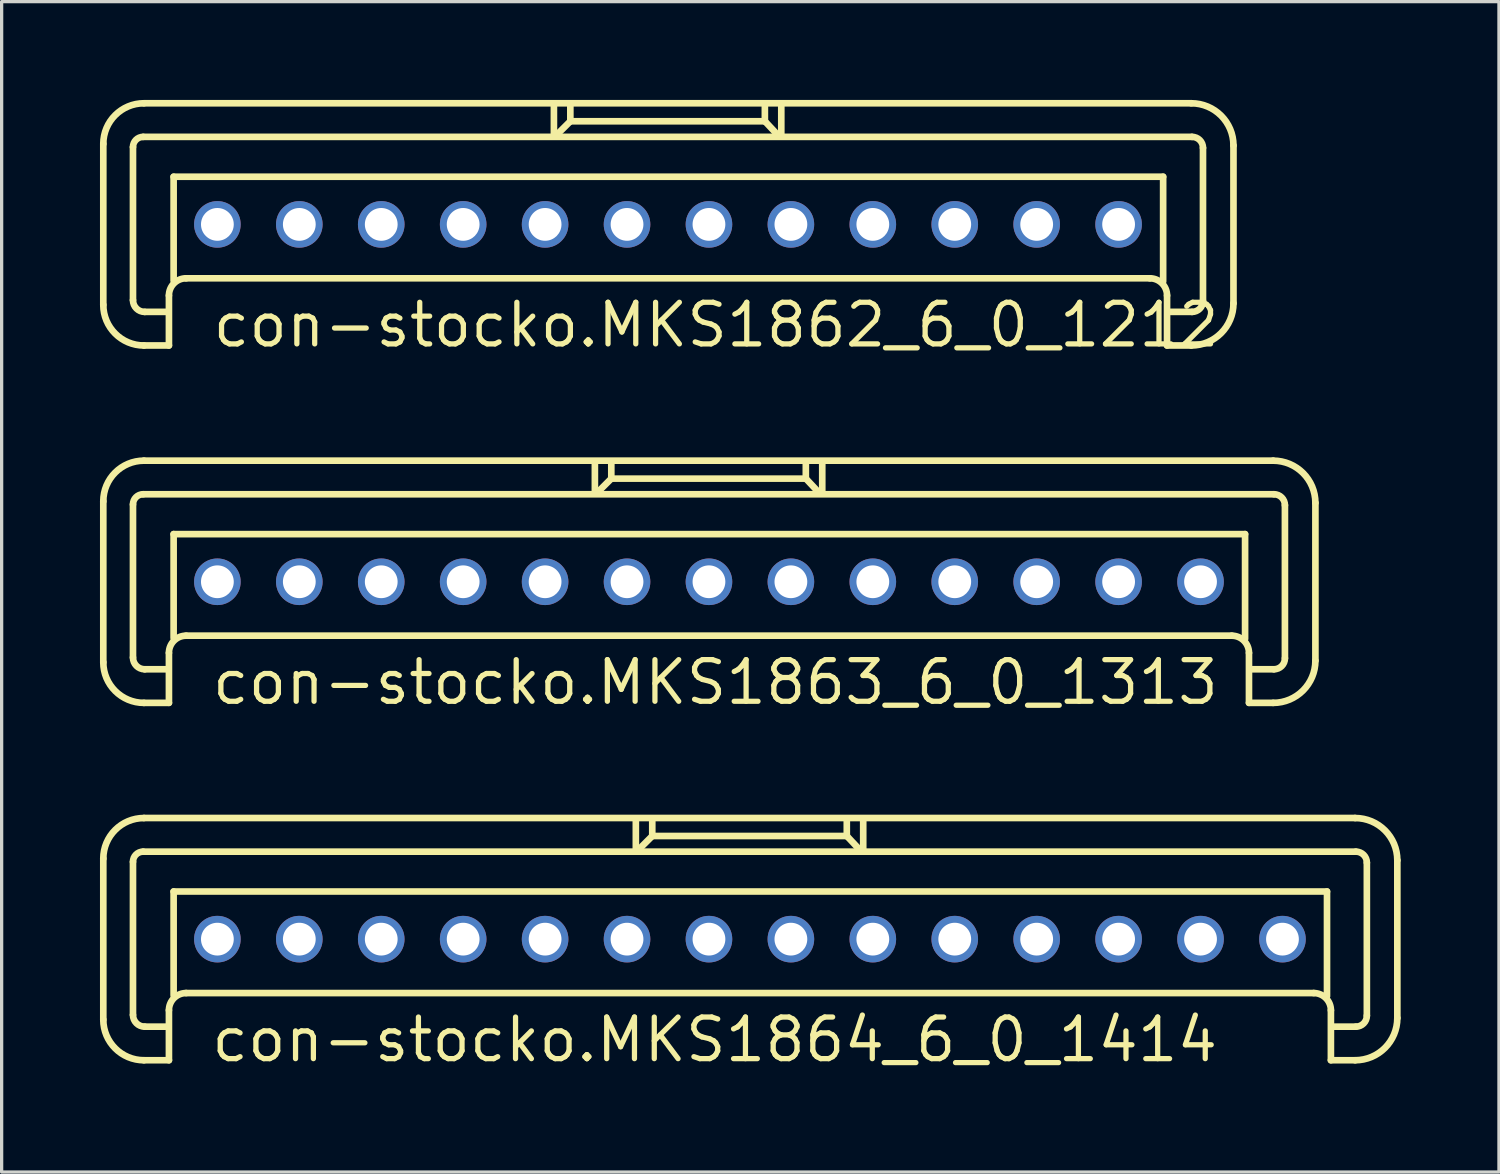
<source format=kicad_pcb>
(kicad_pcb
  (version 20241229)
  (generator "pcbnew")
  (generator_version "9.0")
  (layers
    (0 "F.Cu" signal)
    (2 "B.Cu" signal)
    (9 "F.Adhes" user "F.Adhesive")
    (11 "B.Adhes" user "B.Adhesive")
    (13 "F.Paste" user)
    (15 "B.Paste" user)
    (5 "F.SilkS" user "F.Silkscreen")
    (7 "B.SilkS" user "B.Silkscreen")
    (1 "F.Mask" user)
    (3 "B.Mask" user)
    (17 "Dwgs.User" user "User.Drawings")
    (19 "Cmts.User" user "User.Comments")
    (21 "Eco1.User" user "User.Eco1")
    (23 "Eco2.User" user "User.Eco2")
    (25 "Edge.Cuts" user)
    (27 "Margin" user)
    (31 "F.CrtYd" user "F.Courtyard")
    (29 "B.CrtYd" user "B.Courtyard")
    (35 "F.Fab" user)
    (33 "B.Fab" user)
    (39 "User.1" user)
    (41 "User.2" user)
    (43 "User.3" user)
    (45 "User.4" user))
  (footprint "con-stocko.MKS1862_6_0_1212"
    (layer "F.Cu")
    (at 17.333 3.797)
    (property "Reference" "con-stocko.MKS1862_6_0_1212" (at -13.97 3.81 0) (layer "F.SilkS") (effects (font (size 1.27 1.27) (thickness 0.16)) (justify left bottom)))
    (attr through_hole)
    (fp_line (start -17.231 2.456) (end -17.231 -2.456) (stroke (width 0.203) (type default)) (layer "F.SilkS"))
    (fp_line (start -16.325 2.313) (end -16.325 -2.361) (stroke (width 0.203) (type default)) (layer "F.SilkS"))
    (fp_line (start -16.015 -2.67) (end 15.991 -2.67) (stroke (width 0.203) (type default)) (layer "F.SilkS"))
    (fp_line (start -15.991 -3.696) (end 15.967 -3.696) (stroke (width 0.203) (type default)) (layer "F.SilkS"))
    (fp_line (start -15.252 2.67) (end -15.967 2.67) (stroke (width 0.203) (type default)) (layer "F.SilkS"))
    (fp_line (start -15.228 2.17) (end -15.228 3.695) (stroke (width 0.203) (type default)) (layer "F.SilkS"))
    (fp_line (start -15.228 3.695) (end -15.991 3.695) (stroke (width 0.203) (type default)) (layer "F.SilkS"))
    (fp_line (start -15.085 -1.454) (end 15.109 -1.454) (stroke (width 0.203) (type default)) (layer "F.SilkS"))
    (fp_line (start -15.085 1.716) (end -15.085 -1.454) (stroke (width 0.203) (type default)) (layer "F.SilkS"))
    (fp_line (start -3.481 -3.648) (end -3.481 -2.742) (stroke (width 0.203) (type default)) (layer "F.SilkS"))
    (fp_line (start -3.004 -3.123) (end -3.386 -2.742) (stroke (width 0.203) (type default)) (layer "F.SilkS"))
    (fp_line (start -2.98 -3.147) (end -2.98 -3.624) (stroke (width 0.203) (type default)) (layer "F.SilkS"))
    (fp_line (start 2.956 -3.672) (end 2.956 -3.147) (stroke (width 0.203) (type default)) (layer "F.SilkS"))
    (fp_line (start 2.956 -3.147) (end -2.98 -3.147) (stroke (width 0.203) (type default)) (layer "F.SilkS"))
    (fp_line (start 2.98 -3.123) (end 3.314 -2.766) (stroke (width 0.203) (type default)) (layer "F.SilkS"))
    (fp_line (start 3.457 -3.624) (end 3.457 -2.742) (stroke (width 0.203) (type default)) (layer "F.SilkS"))
    (fp_line (start 14.704 1.645) (end -14.704 1.645) (stroke (width 0.203) (type default)) (layer "F.SilkS"))
    (fp_line (start 15.109 -1.454) (end 15.109 1.74) (stroke (width 0.203) (type default)) (layer "F.SilkS"))
    (fp_line (start 15.228 3.695) (end 15.228 2.17) (stroke (width 0.203) (type default)) (layer "F.SilkS"))
    (fp_line (start 15.967 3.695) (end 15.228 3.695) (stroke (width 0.203) (type default)) (layer "F.SilkS"))
    (fp_line (start 15.991 2.67) (end 15.323 2.67) (stroke (width 0.203) (type default)) (layer "F.SilkS"))
    (fp_line (start 16.325 -2.337) (end 16.325 2.336) (stroke (width 0.203) (type default)) (layer "F.SilkS"))
    (fp_line (start 17.255 -2.408) (end 17.255 2.408) (stroke (width 0.203) (type default)) (layer "F.SilkS"))
    (fp_arc (start -17.231 -2.4558) (mid -16.867871 -3.332471) (end -15.9912 -3.6956) (stroke (width 0.2032) (type default)) (layer "F.SilkS"))
    (fp_arc (start -16.325 -2.3605) (mid -16.234232 -2.579632) (end -16.0151 -2.6704) (stroke (width 0.2032) (type default)) (layer "F.SilkS"))
    (fp_arc (start -15.9912 3.6954) (mid -16.867871 3.332271) (end -17.231 2.4556) (stroke (width 0.2032) (type default)) (layer "F.SilkS"))
    (fp_arc (start -15.9674 2.6702) (mid -16.220261 2.565461) (end -16.325 2.3126) (stroke (width 0.2032) (type default)) (layer "F.SilkS"))
    (fp_arc (start -15.2283 2.1695) (mid -15.074678 1.798622) (end -14.7038 1.645) (stroke (width 0.2032) (type default)) (layer "F.SilkS"))
    (fp_arc (start 14.7036 1.645) (mid 15.074478 1.798622) (end 15.2281 2.1695) (stroke (width 0.2032) (type default)) (layer "F.SilkS"))
    (fp_arc (start 15.9672 -3.6956) (mid 16.8776 -3.3185) (end 17.2547 -2.4081) (stroke (width 0.2032) (type default)) (layer "F.SilkS"))
    (fp_arc (start 15.9911 -2.6704) (mid 16.227132 -2.572632) (end 16.3249 -2.3366) (stroke (width 0.2032) (type default)) (layer "F.SilkS"))
    (fp_arc (start 16.3249 2.3364) (mid 16.227132 2.572432) (end 15.9911 2.6702) (stroke (width 0.2032) (type default)) (layer "F.SilkS"))
    (fp_arc (start 17.2547 2.4079) (mid 16.8776 3.3183) (end 15.9672 3.6954) (stroke (width 0.2032) (type default)) (layer "F.SilkS"))
    (pad "1" thru_hole circle (at -13.75 0) (size 1.422 1.422) (drill 1) (layers "*.Cu" "*.Mask"))
    (pad "2" thru_hole circle (at -11.25 0) (size 1.422 1.422) (drill 1) (layers "*.Cu" "*.Mask"))
    (pad "3" thru_hole circle (at -8.75 0) (size 1.422 1.422) (drill 1) (layers "*.Cu" "*.Mask"))
    (pad "4" thru_hole circle (at -6.25 0) (size 1.422 1.422) (drill 1) (layers "*.Cu" "*.Mask"))
    (pad "5" thru_hole circle (at -3.75 0) (size 1.422 1.422) (drill 1) (layers "*.Cu" "*.Mask"))
    (pad "6" thru_hole circle (at -1.25 0) (size 1.422 1.422) (drill 1) (layers "*.Cu" "*.Mask"))
    (pad "7" thru_hole circle (at 1.25 0) (size 1.422 1.422) (drill 1) (layers "*.Cu" "*.Mask"))
    (pad "8" thru_hole circle (at 3.75 0) (size 1.422 1.422) (drill 1) (layers "*.Cu" "*.Mask"))
    (pad "9" thru_hole circle (at 6.25 0) (size 1.422 1.422) (drill 1) (layers "*.Cu" "*.Mask"))
    (pad "10" thru_hole circle (at 8.75 0) (size 1.422 1.422) (drill 1) (layers "*.Cu" "*.Mask"))
    (pad "11" thru_hole circle (at 11.25 0) (size 1.422 1.422) (drill 1) (layers "*.Cu" "*.Mask"))
    (pad "12" thru_hole circle (at 13.75 0) (size 1.422 1.422) (drill 1) (layers "*.Cu" "*.Mask")))
  (footprint "con-stocko.MKS1864_6_0_1414"
    (layer "F.Cu")
    (at 19.833 25.607)
    (property "Reference" "con-stocko.MKS1864_6_0_1414" (at -16.51 3.81 0) (layer "F.SilkS") (effects (font (size 1.27 1.27) (thickness 0.16)) (justify left bottom)))
    (attr through_hole)
    (fp_line (start -19.731 2.456) (end -19.731 -2.456) (stroke (width 0.203) (type default)) (layer "F.SilkS"))
    (fp_line (start -18.825 2.313) (end -18.825 -2.361) (stroke (width 0.203) (type default)) (layer "F.SilkS"))
    (fp_line (start -18.515 -2.67) (end 18.491 -2.67) (stroke (width 0.203) (type default)) (layer "F.SilkS"))
    (fp_line (start -18.491 -3.696) (end 18.467 -3.696) (stroke (width 0.203) (type default)) (layer "F.SilkS"))
    (fp_line (start -17.752 2.67) (end -18.467 2.67) (stroke (width 0.203) (type default)) (layer "F.SilkS"))
    (fp_line (start -17.728 2.17) (end -17.728 3.695) (stroke (width 0.203) (type default)) (layer "F.SilkS"))
    (fp_line (start -17.728 3.695) (end -18.491 3.695) (stroke (width 0.203) (type default)) (layer "F.SilkS"))
    (fp_line (start -17.585 -1.454) (end 17.609 -1.454) (stroke (width 0.203) (type default)) (layer "F.SilkS"))
    (fp_line (start -17.585 1.716) (end -17.585 -1.454) (stroke (width 0.203) (type default)) (layer "F.SilkS"))
    (fp_line (start -3.481 -3.648) (end -3.481 -2.742) (stroke (width 0.203) (type default)) (layer "F.SilkS"))
    (fp_line (start -3.004 -3.123) (end -3.386 -2.742) (stroke (width 0.203) (type default)) (layer "F.SilkS"))
    (fp_line (start -2.98 -3.147) (end -2.98 -3.624) (stroke (width 0.203) (type default)) (layer "F.SilkS"))
    (fp_line (start 2.956 -3.672) (end 2.956 -3.147) (stroke (width 0.203) (type default)) (layer "F.SilkS"))
    (fp_line (start 2.956 -3.147) (end -2.98 -3.147) (stroke (width 0.203) (type default)) (layer "F.SilkS"))
    (fp_line (start 2.98 -3.123) (end 3.314 -2.766) (stroke (width 0.203) (type default)) (layer "F.SilkS"))
    (fp_line (start 3.457 -3.624) (end 3.457 -2.742) (stroke (width 0.203) (type default)) (layer "F.SilkS"))
    (fp_line (start 17.204 1.645) (end -17.204 1.645) (stroke (width 0.203) (type default)) (layer "F.SilkS"))
    (fp_line (start 17.609 -1.454) (end 17.609 1.74) (stroke (width 0.203) (type default)) (layer "F.SilkS"))
    (fp_line (start 17.728 3.695) (end 17.728 2.17) (stroke (width 0.203) (type default)) (layer "F.SilkS"))
    (fp_line (start 18.467 3.695) (end 17.728 3.695) (stroke (width 0.203) (type default)) (layer "F.SilkS"))
    (fp_line (start 18.491 2.67) (end 17.823 2.67) (stroke (width 0.203) (type default)) (layer "F.SilkS"))
    (fp_line (start 18.825 -2.337) (end 18.825 2.336) (stroke (width 0.203) (type default)) (layer "F.SilkS"))
    (fp_line (start 19.755 -2.408) (end 19.755 2.408) (stroke (width 0.203) (type default)) (layer "F.SilkS"))
    (fp_arc (start -19.731 -2.4558) (mid -19.367871 -3.332471) (end -18.4912 -3.6956) (stroke (width 0.2032) (type default)) (layer "F.SilkS"))
    (fp_arc (start -18.825 -2.3605) (mid -18.734232 -2.579632) (end -18.5151 -2.6704) (stroke (width 0.2032) (type default)) (layer "F.SilkS"))
    (fp_arc (start -18.4912 3.6954) (mid -19.367871 3.332271) (end -19.731 2.4556) (stroke (width 0.2032) (type default)) (layer "F.SilkS"))
    (fp_arc (start -18.4674 2.6702) (mid -18.720261 2.565461) (end -18.825 2.3126) (stroke (width 0.2032) (type default)) (layer "F.SilkS"))
    (fp_arc (start -17.7283 2.1695) (mid -17.574678 1.798622) (end -17.2038 1.645) (stroke (width 0.2032) (type default)) (layer "F.SilkS"))
    (fp_arc (start 17.2036 1.645) (mid 17.574478 1.798622) (end 17.7281 2.1695) (stroke (width 0.2032) (type default)) (layer "F.SilkS"))
    (fp_arc (start 18.4672 -3.6956) (mid 19.3776 -3.3185) (end 19.7547 -2.4081) (stroke (width 0.2032) (type default)) (layer "F.SilkS"))
    (fp_arc (start 18.4911 -2.6704) (mid 18.727132 -2.572632) (end 18.8249 -2.3366) (stroke (width 0.2032) (type default)) (layer "F.SilkS"))
    (fp_arc (start 18.8249 2.3364) (mid 18.727132 2.572432) (end 18.4911 2.6702) (stroke (width 0.2032) (type default)) (layer "F.SilkS"))
    (fp_arc (start 19.7547 2.4079) (mid 19.3776 3.3183) (end 18.4672 3.6954) (stroke (width 0.2032) (type default)) (layer "F.SilkS"))
    (pad "1" thru_hole circle (at -16.25 0) (size 1.422 1.422) (drill 1) (layers "*.Cu" "*.Mask"))
    (pad "2" thru_hole circle (at -13.75 0) (size 1.422 1.422) (drill 1) (layers "*.Cu" "*.Mask"))
    (pad "3" thru_hole circle (at -11.25 0) (size 1.422 1.422) (drill 1) (layers "*.Cu" "*.Mask"))
    (pad "4" thru_hole circle (at -8.75 0) (size 1.422 1.422) (drill 1) (layers "*.Cu" "*.Mask"))
    (pad "5" thru_hole circle (at -6.25 0) (size 1.422 1.422) (drill 1) (layers "*.Cu" "*.Mask"))
    (pad "6" thru_hole circle (at -3.75 0) (size 1.422 1.422) (drill 1) (layers "*.Cu" "*.Mask"))
    (pad "7" thru_hole circle (at -1.25 0) (size 1.422 1.422) (drill 1) (layers "*.Cu" "*.Mask"))
    (pad "8" thru_hole circle (at 1.25 0) (size 1.422 1.422) (drill 1) (layers "*.Cu" "*.Mask"))
    (pad "9" thru_hole circle (at 3.75 0) (size 1.422 1.422) (drill 1) (layers "*.Cu" "*.Mask"))
    (pad "10" thru_hole circle (at 6.25 0) (size 1.422 1.422) (drill 1) (layers "*.Cu" "*.Mask"))
    (pad "11" thru_hole circle (at 8.75 0) (size 1.422 1.422) (drill 1) (layers "*.Cu" "*.Mask"))
    (pad "12" thru_hole circle (at 11.25 0) (size 1.422 1.422) (drill 1) (layers "*.Cu" "*.Mask"))
    (pad "13" thru_hole circle (at 13.75 0) (size 1.422 1.422) (drill 1) (layers "*.Cu" "*.Mask"))
    (pad "14" thru_hole circle (at 16.25 0) (size 1.422 1.422) (drill 1) (layers "*.Cu" "*.Mask")))
  (footprint "con-stocko.MKS1863_6_0_1313"
    (layer "F.Cu")
    (at 18.583 14.702)
    (property "Reference" "con-stocko.MKS1863_6_0_1313" (at -15.24 3.81 0) (layer "F.SilkS") (effects (font (size 1.27 1.27) (thickness 0.16)) (justify left bottom)))
    (attr through_hole)
    (fp_line (start -18.481 2.456) (end -18.481 -2.456) (stroke (width 0.203) (type default)) (layer "F.SilkS"))
    (fp_line (start -17.575 2.313) (end -17.575 -2.361) (stroke (width 0.203) (type default)) (layer "F.SilkS"))
    (fp_line (start -17.265 -2.67) (end 17.241 -2.67) (stroke (width 0.203) (type default)) (layer "F.SilkS"))
    (fp_line (start -17.241 -3.696) (end 17.217 -3.696) (stroke (width 0.203) (type default)) (layer "F.SilkS"))
    (fp_line (start -16.502 2.67) (end -17.217 2.67) (stroke (width 0.203) (type default)) (layer "F.SilkS"))
    (fp_line (start -16.478 2.17) (end -16.478 3.695) (stroke (width 0.203) (type default)) (layer "F.SilkS"))
    (fp_line (start -16.478 3.695) (end -17.241 3.695) (stroke (width 0.203) (type default)) (layer "F.SilkS"))
    (fp_line (start -16.335 -1.454) (end 16.359 -1.454) (stroke (width 0.203) (type default)) (layer "F.SilkS"))
    (fp_line (start -16.335 1.716) (end -16.335 -1.454) (stroke (width 0.203) (type default)) (layer "F.SilkS"))
    (fp_line (start -3.481 -3.648) (end -3.481 -2.742) (stroke (width 0.203) (type default)) (layer "F.SilkS"))
    (fp_line (start -3.004 -3.123) (end -3.386 -2.742) (stroke (width 0.203) (type default)) (layer "F.SilkS"))
    (fp_line (start -2.98 -3.147) (end -2.98 -3.624) (stroke (width 0.203) (type default)) (layer "F.SilkS"))
    (fp_line (start 2.956 -3.672) (end 2.956 -3.147) (stroke (width 0.203) (type default)) (layer "F.SilkS"))
    (fp_line (start 2.956 -3.147) (end -2.98 -3.147) (stroke (width 0.203) (type default)) (layer "F.SilkS"))
    (fp_line (start 2.98 -3.123) (end 3.314 -2.766) (stroke (width 0.203) (type default)) (layer "F.SilkS"))
    (fp_line (start 3.457 -3.624) (end 3.457 -2.742) (stroke (width 0.203) (type default)) (layer "F.SilkS"))
    (fp_line (start 15.954 1.645) (end -15.954 1.645) (stroke (width 0.203) (type default)) (layer "F.SilkS"))
    (fp_line (start 16.359 -1.454) (end 16.359 1.74) (stroke (width 0.203) (type default)) (layer "F.SilkS"))
    (fp_line (start 16.478 3.695) (end 16.478 2.17) (stroke (width 0.203) (type default)) (layer "F.SilkS"))
    (fp_line (start 17.217 3.695) (end 16.478 3.695) (stroke (width 0.203) (type default)) (layer "F.SilkS"))
    (fp_line (start 17.241 2.67) (end 16.573 2.67) (stroke (width 0.203) (type default)) (layer "F.SilkS"))
    (fp_line (start 17.575 -2.337) (end 17.575 2.336) (stroke (width 0.203) (type default)) (layer "F.SilkS"))
    (fp_line (start 18.505 -2.408) (end 18.505 2.408) (stroke (width 0.203) (type default)) (layer "F.SilkS"))
    (fp_arc (start -18.481 -2.4558) (mid -18.117871 -3.332471) (end -17.2412 -3.6956) (stroke (width 0.2032) (type default)) (layer "F.SilkS"))
    (fp_arc (start -17.575 -2.3605) (mid -17.484232 -2.579632) (end -17.2651 -2.6704) (stroke (width 0.2032) (type default)) (layer "F.SilkS"))
    (fp_arc (start -17.2412 3.6954) (mid -18.117871 3.332271) (end -18.481 2.4556) (stroke (width 0.2032) (type default)) (layer "F.SilkS"))
    (fp_arc (start -17.2174 2.6702) (mid -17.470261 2.565461) (end -17.575 2.3126) (stroke (width 0.2032) (type default)) (layer "F.SilkS"))
    (fp_arc (start -16.4783 2.1695) (mid -16.324678 1.798622) (end -15.9538 1.645) (stroke (width 0.2032) (type default)) (layer "F.SilkS"))
    (fp_arc (start 15.9536 1.645) (mid 16.324478 1.798622) (end 16.4781 2.1695) (stroke (width 0.2032) (type default)) (layer "F.SilkS"))
    (fp_arc (start 17.2172 -3.6956) (mid 18.1276 -3.3185) (end 18.5047 -2.4081) (stroke (width 0.2032) (type default)) (layer "F.SilkS"))
    (fp_arc (start 17.2411 -2.6704) (mid 17.477132 -2.572632) (end 17.5749 -2.3366) (stroke (width 0.2032) (type default)) (layer "F.SilkS"))
    (fp_arc (start 17.5749 2.3364) (mid 17.477132 2.572432) (end 17.2411 2.6702) (stroke (width 0.2032) (type default)) (layer "F.SilkS"))
    (fp_arc (start 18.5047 2.4079) (mid 18.1276 3.3183) (end 17.2172 3.6954) (stroke (width 0.2032) (type default)) (layer "F.SilkS"))
    (pad "1" thru_hole circle (at -15 0) (size 1.422 1.422) (drill 1) (layers "*.Cu" "*.Mask"))
    (pad "2" thru_hole circle (at -12.5 0) (size 1.422 1.422) (drill 1) (layers "*.Cu" "*.Mask"))
    (pad "3" thru_hole circle (at -10 0) (size 1.422 1.422) (drill 1) (layers "*.Cu" "*.Mask"))
    (pad "4" thru_hole circle (at -7.5 0) (size 1.422 1.422) (drill 1) (layers "*.Cu" "*.Mask"))
    (pad "5" thru_hole circle (at -5 0) (size 1.422 1.422) (drill 1) (layers "*.Cu" "*.Mask"))
    (pad "6" thru_hole circle (at -2.5 0) (size 1.422 1.422) (drill 1) (layers "*.Cu" "*.Mask"))
    (pad "7" thru_hole circle (at 0 0) (size 1.422 1.422) (drill 1) (layers "*.Cu" "*.Mask"))
    (pad "8" thru_hole circle (at 2.5 0) (size 1.422 1.422) (drill 1) (layers "*.Cu" "*.Mask"))
    (pad "9" thru_hole circle (at 5 0) (size 1.422 1.422) (drill 1) (layers "*.Cu" "*.Mask"))
    (pad "10" thru_hole circle (at 7.5 0) (size 1.422 1.422) (drill 1) (layers "*.Cu" "*.Mask"))
    (pad "11" thru_hole circle (at 10 0) (size 1.422 1.422) (drill 1) (layers "*.Cu" "*.Mask"))
    (pad "12" thru_hole circle (at 12.5 0) (size 1.422 1.422) (drill 1) (layers "*.Cu" "*.Mask"))
    (pad "13" thru_hole circle (at 15 0) (size 1.422 1.422) (drill 1) (layers "*.Cu" "*.Mask")))
  (gr_rect
    (start -3 -3)
    (end 42.689 32.714)
    (stroke (width 0.1) (type default))
    (fill no)
    (layer "Edge.Cuts")))
</source>
